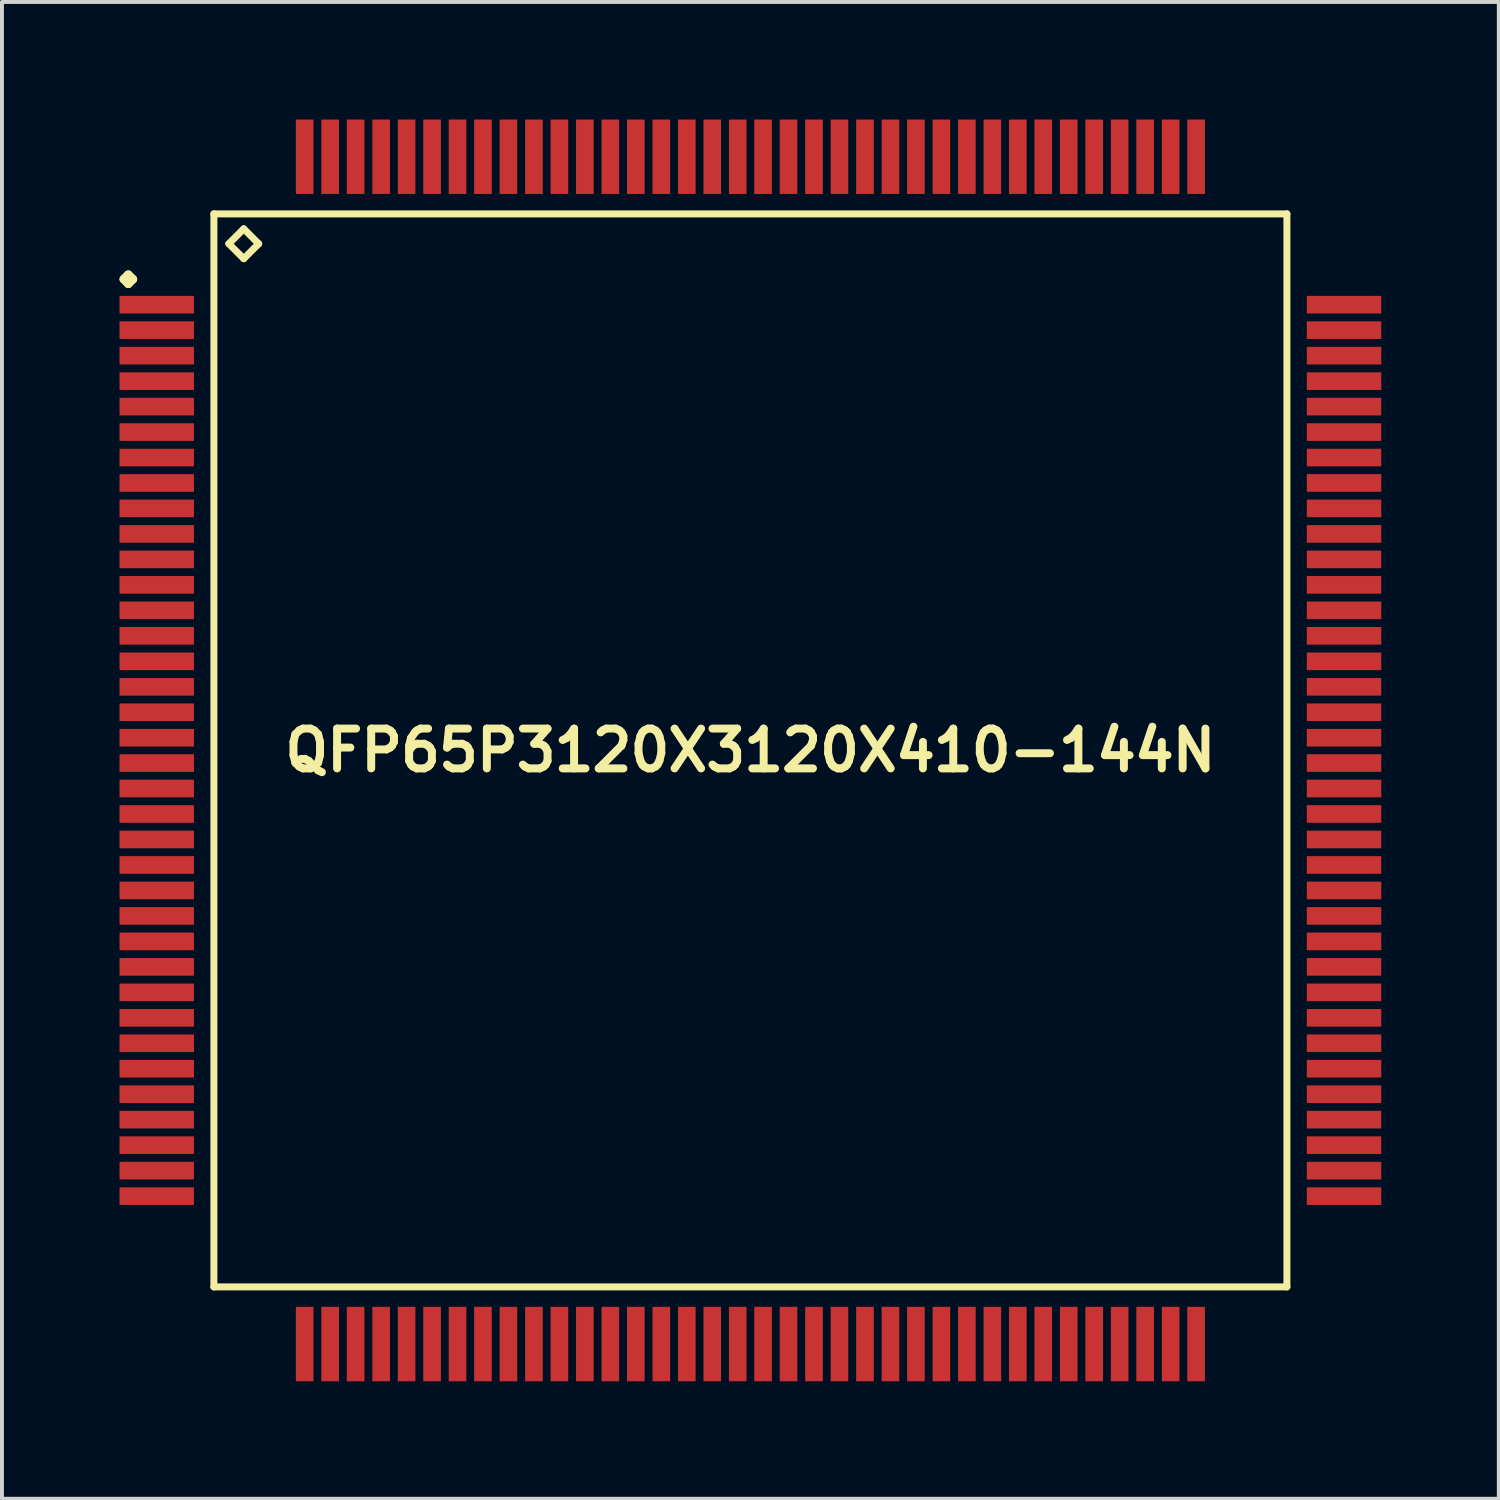
<source format=kicad_pcb>
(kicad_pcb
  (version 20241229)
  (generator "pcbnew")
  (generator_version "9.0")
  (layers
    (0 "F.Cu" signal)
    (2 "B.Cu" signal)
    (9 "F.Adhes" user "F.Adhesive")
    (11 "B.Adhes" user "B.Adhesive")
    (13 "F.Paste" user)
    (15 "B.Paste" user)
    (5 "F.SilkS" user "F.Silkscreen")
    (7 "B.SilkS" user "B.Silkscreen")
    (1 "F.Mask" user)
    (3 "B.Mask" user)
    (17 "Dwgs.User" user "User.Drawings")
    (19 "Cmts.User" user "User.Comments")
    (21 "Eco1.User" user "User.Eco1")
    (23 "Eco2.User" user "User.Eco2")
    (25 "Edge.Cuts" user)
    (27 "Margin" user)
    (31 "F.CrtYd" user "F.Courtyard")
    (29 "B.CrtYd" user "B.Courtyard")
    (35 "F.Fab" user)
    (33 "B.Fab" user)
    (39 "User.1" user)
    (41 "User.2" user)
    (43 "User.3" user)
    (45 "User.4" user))
  (footprint "QFP65P3120X3120X410-144N"
    (layer "F.Cu")
    (at 16.099 16.099)
    (property "Reference" "QFP65P3120X3120X410-144N" (at 0 0 0) (layer "F.SilkS") (effects (font (size 1.016 1.016) (thickness 0.203))))
    (attr smd)
    (fp_line (start -15.987 -12.024) (end -15.875 -12.136) (stroke (width 0.224) (type solid)) (layer "F.SilkS"))
    (fp_line (start -15.875 -12.136) (end -15.761 -12.024) (stroke (width 0.224) (type solid)) (layer "F.SilkS"))
    (fp_line (start -15.875 -11.91) (end -15.987 -12.024) (stroke (width 0.224) (type solid)) (layer "F.SilkS"))
    (fp_line (start -15.761 -12.024) (end -15.875 -11.91) (stroke (width 0.224) (type solid)) (layer "F.SilkS"))
    (fp_line (start -13.691 -13.691) (end -13.691 13.691) (stroke (width 0.178) (type solid)) (layer "F.SilkS"))
    (fp_line (start -13.691 13.691) (end 13.691 13.691) (stroke (width 0.178) (type solid)) (layer "F.SilkS"))
    (fp_line (start -13.31 -12.929) (end -12.929 -13.31) (stroke (width 0.178) (type solid)) (layer "F.SilkS"))
    (fp_line (start -12.929 -13.31) (end -12.548 -12.929) (stroke (width 0.178) (type solid)) (layer "F.SilkS"))
    (fp_line (start -12.929 -12.548) (end -13.31 -12.929) (stroke (width 0.178) (type solid)) (layer "F.SilkS"))
    (fp_line (start -12.548 -12.929) (end -12.929 -12.548) (stroke (width 0.178) (type solid)) (layer "F.SilkS"))
    (fp_line (start 13.691 -13.691) (end -13.691 -13.691) (stroke (width 0.178) (type solid)) (layer "F.SilkS"))
    (fp_line (start 13.691 13.691) (end 13.691 -13.691) (stroke (width 0.178) (type solid)) (layer "F.SilkS"))
    (pad "1" smd rect (at -15.149 -11.374) (size 1.9 0.45) (layers "F.Cu" "F.Mask" "F.Paste"))
    (pad "2" smd rect (at -15.149 -10.724) (size 1.9 0.45) (layers "F.Cu" "F.Mask" "F.Paste"))
    (pad "3" smd rect (at -15.149 -10.074) (size 1.9 0.45) (layers "F.Cu" "F.Mask" "F.Paste"))
    (pad "4" smd rect (at -15.149 -9.423) (size 1.9 0.45) (layers "F.Cu" "F.Mask" "F.Paste"))
    (pad "5" smd rect (at -15.149 -8.773) (size 1.9 0.45) (layers "F.Cu" "F.Mask" "F.Paste"))
    (pad "6" smd rect (at -15.149 -8.123) (size 1.9 0.45) (layers "F.Cu" "F.Mask" "F.Paste"))
    (pad "7" smd rect (at -15.149 -7.473) (size 1.9 0.45) (layers "F.Cu" "F.Mask" "F.Paste"))
    (pad "8" smd rect (at -15.149 -6.825) (size 1.9 0.45) (layers "F.Cu" "F.Mask" "F.Paste"))
    (pad "9" smd rect (at -15.149 -6.175) (size 1.9 0.45) (layers "F.Cu" "F.Mask" "F.Paste"))
    (pad "10" smd rect (at -15.149 -5.524) (size 1.9 0.45) (layers "F.Cu" "F.Mask" "F.Paste"))
    (pad "11" smd rect (at -15.149 -4.874) (size 1.9 0.45) (layers "F.Cu" "F.Mask" "F.Paste"))
    (pad "12" smd rect (at -15.149 -4.224) (size 1.9 0.45) (layers "F.Cu" "F.Mask" "F.Paste"))
    (pad "13" smd rect (at -15.149 -3.574) (size 1.9 0.45) (layers "F.Cu" "F.Mask" "F.Paste"))
    (pad "14" smd rect (at -15.149 -2.924) (size 1.9 0.45) (layers "F.Cu" "F.Mask" "F.Paste"))
    (pad "15" smd rect (at -15.149 -2.273) (size 1.9 0.45) (layers "F.Cu" "F.Mask" "F.Paste"))
    (pad "16" smd rect (at -15.149 -1.623) (size 1.9 0.45) (layers "F.Cu" "F.Mask" "F.Paste"))
    (pad "17" smd rect (at -15.149 -0.973) (size 1.9 0.45) (layers "F.Cu" "F.Mask" "F.Paste"))
    (pad "18" smd rect (at -15.149 -0.323) (size 1.9 0.45) (layers "F.Cu" "F.Mask" "F.Paste"))
    (pad "19" smd rect (at -15.149 0.323) (size 1.9 0.45) (layers "F.Cu" "F.Mask" "F.Paste"))
    (pad "20" smd rect (at -15.149 0.973) (size 1.9 0.45) (layers "F.Cu" "F.Mask" "F.Paste"))
    (pad "21" smd rect (at -15.149 1.623) (size 1.9 0.45) (layers "F.Cu" "F.Mask" "F.Paste"))
    (pad "22" smd rect (at -15.149 2.273) (size 1.9 0.45) (layers "F.Cu" "F.Mask" "F.Paste"))
    (pad "23" smd rect (at -15.149 2.924) (size 1.9 0.45) (layers "F.Cu" "F.Mask" "F.Paste"))
    (pad "24" smd rect (at -15.149 3.574) (size 1.9 0.45) (layers "F.Cu" "F.Mask" "F.Paste"))
    (pad "25" smd rect (at -15.149 4.224) (size 1.9 0.45) (layers "F.Cu" "F.Mask" "F.Paste"))
    (pad "26" smd rect (at -15.149 4.874) (size 1.9 0.45) (layers "F.Cu" "F.Mask" "F.Paste"))
    (pad "27" smd rect (at -15.149 5.524) (size 1.9 0.45) (layers "F.Cu" "F.Mask" "F.Paste"))
    (pad "28" smd rect (at -15.149 6.175) (size 1.9 0.45) (layers "F.Cu" "F.Mask" "F.Paste"))
    (pad "29" smd rect (at -15.149 6.825) (size 1.9 0.45) (layers "F.Cu" "F.Mask" "F.Paste"))
    (pad "30" smd rect (at -15.149 7.473) (size 1.9 0.45) (layers "F.Cu" "F.Mask" "F.Paste"))
    (pad "31" smd rect (at -15.149 8.123) (size 1.9 0.45) (layers "F.Cu" "F.Mask" "F.Paste"))
    (pad "32" smd rect (at -15.149 8.773) (size 1.9 0.45) (layers "F.Cu" "F.Mask" "F.Paste"))
    (pad "33" smd rect (at -15.149 9.423) (size 1.9 0.45) (layers "F.Cu" "F.Mask" "F.Paste"))
    (pad "34" smd rect (at -15.149 10.074) (size 1.9 0.45) (layers "F.Cu" "F.Mask" "F.Paste"))
    (pad "35" smd rect (at -15.149 10.724) (size 1.9 0.45) (layers "F.Cu" "F.Mask" "F.Paste"))
    (pad "36" smd rect (at -15.149 11.374) (size 1.9 0.45) (layers "F.Cu" "F.Mask" "F.Paste"))
    (pad "37" smd rect (at -11.374 15.149) (size 0.45 1.9) (layers "F.Cu" "F.Mask" "F.Paste"))
    (pad "38" smd rect (at -10.724 15.149) (size 0.45 1.9) (layers "F.Cu" "F.Mask" "F.Paste"))
    (pad "39" smd rect (at -10.074 15.149) (size 0.45 1.9) (layers "F.Cu" "F.Mask" "F.Paste"))
    (pad "40" smd rect (at -9.423 15.149) (size 0.45 1.9) (layers "F.Cu" "F.Mask" "F.Paste"))
    (pad "41" smd rect (at -8.773 15.149) (size 0.45 1.9) (layers "F.Cu" "F.Mask" "F.Paste"))
    (pad "42" smd rect (at -8.123 15.149) (size 0.45 1.9) (layers "F.Cu" "F.Mask" "F.Paste"))
    (pad "43" smd rect (at -7.473 15.149) (size 0.45 1.9) (layers "F.Cu" "F.Mask" "F.Paste"))
    (pad "44" smd rect (at -6.825 15.149) (size 0.45 1.9) (layers "F.Cu" "F.Mask" "F.Paste"))
    (pad "45" smd rect (at -6.175 15.149) (size 0.45 1.9) (layers "F.Cu" "F.Mask" "F.Paste"))
    (pad "46" smd rect (at -5.524 15.149) (size 0.45 1.9) (layers "F.Cu" "F.Mask" "F.Paste"))
    (pad "47" smd rect (at -4.874 15.149) (size 0.45 1.9) (layers "F.Cu" "F.Mask" "F.Paste"))
    (pad "48" smd rect (at -4.224 15.149) (size 0.45 1.9) (layers "F.Cu" "F.Mask" "F.Paste"))
    (pad "49" smd rect (at -3.574 15.149) (size 0.45 1.9) (layers "F.Cu" "F.Mask" "F.Paste"))
    (pad "50" smd rect (at -2.924 15.149) (size 0.45 1.9) (layers "F.Cu" "F.Mask" "F.Paste"))
    (pad "51" smd rect (at -2.273 15.149) (size 0.45 1.9) (layers "F.Cu" "F.Mask" "F.Paste"))
    (pad "52" smd rect (at -1.623 15.149) (size 0.45 1.9) (layers "F.Cu" "F.Mask" "F.Paste"))
    (pad "53" smd rect (at -0.973 15.149) (size 0.45 1.9) (layers "F.Cu" "F.Mask" "F.Paste"))
    (pad "54" smd rect (at -0.323 15.149) (size 0.45 1.9) (layers "F.Cu" "F.Mask" "F.Paste"))
    (pad "55" smd rect (at 0.323 15.149) (size 0.45 1.9) (layers "F.Cu" "F.Mask" "F.Paste"))
    (pad "56" smd rect (at 0.973 15.149) (size 0.45 1.9) (layers "F.Cu" "F.Mask" "F.Paste"))
    (pad "57" smd rect (at 1.623 15.149) (size 0.45 1.9) (layers "F.Cu" "F.Mask" "F.Paste"))
    (pad "58" smd rect (at 2.273 15.149) (size 0.45 1.9) (layers "F.Cu" "F.Mask" "F.Paste"))
    (pad "59" smd rect (at 2.924 15.149) (size 0.45 1.9) (layers "F.Cu" "F.Mask" "F.Paste"))
    (pad "60" smd rect (at 3.574 15.149) (size 0.45 1.9) (layers "F.Cu" "F.Mask" "F.Paste"))
    (pad "61" smd rect (at 4.224 15.149) (size 0.45 1.9) (layers "F.Cu" "F.Mask" "F.Paste"))
    (pad "62" smd rect (at 4.874 15.149) (size 0.45 1.9) (layers "F.Cu" "F.Mask" "F.Paste"))
    (pad "63" smd rect (at 5.524 15.149) (size 0.45 1.9) (layers "F.Cu" "F.Mask" "F.Paste"))
    (pad "64" smd rect (at 6.175 15.149) (size 0.45 1.9) (layers "F.Cu" "F.Mask" "F.Paste"))
    (pad "65" smd rect (at 6.825 15.149) (size 0.45 1.9) (layers "F.Cu" "F.Mask" "F.Paste"))
    (pad "66" smd rect (at 7.473 15.149) (size 0.45 1.9) (layers "F.Cu" "F.Mask" "F.Paste"))
    (pad "67" smd rect (at 8.123 15.149) (size 0.45 1.9) (layers "F.Cu" "F.Mask" "F.Paste"))
    (pad "68" smd rect (at 8.773 15.149) (size 0.45 1.9) (layers "F.Cu" "F.Mask" "F.Paste"))
    (pad "69" smd rect (at 9.423 15.149) (size 0.45 1.9) (layers "F.Cu" "F.Mask" "F.Paste"))
    (pad "70" smd rect (at 10.074 15.149) (size 0.45 1.9) (layers "F.Cu" "F.Mask" "F.Paste"))
    (pad "71" smd rect (at 10.724 15.149) (size 0.45 1.9) (layers "F.Cu" "F.Mask" "F.Paste"))
    (pad "72" smd rect (at 11.374 15.149) (size 0.45 1.9) (layers "F.Cu" "F.Mask" "F.Paste"))
    (pad "73" smd rect (at 15.149 11.374) (size 1.9 0.45) (layers "F.Cu" "F.Mask" "F.Paste"))
    (pad "74" smd rect (at 15.149 10.724) (size 1.9 0.45) (layers "F.Cu" "F.Mask" "F.Paste"))
    (pad "75" smd rect (at 15.149 10.074) (size 1.9 0.45) (layers "F.Cu" "F.Mask" "F.Paste"))
    (pad "76" smd rect (at 15.149 9.423) (size 1.9 0.45) (layers "F.Cu" "F.Mask" "F.Paste"))
    (pad "77" smd rect (at 15.149 8.773) (size 1.9 0.45) (layers "F.Cu" "F.Mask" "F.Paste"))
    (pad "78" smd rect (at 15.149 8.123) (size 1.9 0.45) (layers "F.Cu" "F.Mask" "F.Paste"))
    (pad "79" smd rect (at 15.149 7.473) (size 1.9 0.45) (layers "F.Cu" "F.Mask" "F.Paste"))
    (pad "80" smd rect (at 15.149 6.825) (size 1.9 0.45) (layers "F.Cu" "F.Mask" "F.Paste"))
    (pad "81" smd rect (at 15.149 6.175) (size 1.9 0.45) (layers "F.Cu" "F.Mask" "F.Paste"))
    (pad "82" smd rect (at 15.149 5.524) (size 1.9 0.45) (layers "F.Cu" "F.Mask" "F.Paste"))
    (pad "83" smd rect (at 15.149 4.874) (size 1.9 0.45) (layers "F.Cu" "F.Mask" "F.Paste"))
    (pad "84" smd rect (at 15.149 4.224) (size 1.9 0.45) (layers "F.Cu" "F.Mask" "F.Paste"))
    (pad "85" smd rect (at 15.149 3.574) (size 1.9 0.45) (layers "F.Cu" "F.Mask" "F.Paste"))
    (pad "86" smd rect (at 15.149 2.924) (size 1.9 0.45) (layers "F.Cu" "F.Mask" "F.Paste"))
    (pad "87" smd rect (at 15.149 2.273) (size 1.9 0.45) (layers "F.Cu" "F.Mask" "F.Paste"))
    (pad "88" smd rect (at 15.149 1.623) (size 1.9 0.45) (layers "F.Cu" "F.Mask" "F.Paste"))
    (pad "89" smd rect (at 15.149 0.973) (size 1.9 0.45) (layers "F.Cu" "F.Mask" "F.Paste"))
    (pad "90" smd rect (at 15.149 0.323) (size 1.9 0.45) (layers "F.Cu" "F.Mask" "F.Paste"))
    (pad "91" smd rect (at 15.149 -0.323) (size 1.9 0.45) (layers "F.Cu" "F.Mask" "F.Paste"))
    (pad "92" smd rect (at 15.149 -0.973) (size 1.9 0.45) (layers "F.Cu" "F.Mask" "F.Paste"))
    (pad "93" smd rect (at 15.149 -1.623) (size 1.9 0.45) (layers "F.Cu" "F.Mask" "F.Paste"))
    (pad "94" smd rect (at 15.149 -2.273) (size 1.9 0.45) (layers "F.Cu" "F.Mask" "F.Paste"))
    (pad "95" smd rect (at 15.149 -2.924) (size 1.9 0.45) (layers "F.Cu" "F.Mask" "F.Paste"))
    (pad "96" smd rect (at 15.149 -3.574) (size 1.9 0.45) (layers "F.Cu" "F.Mask" "F.Paste"))
    (pad "97" smd rect (at 15.149 -4.224) (size 1.9 0.45) (layers "F.Cu" "F.Mask" "F.Paste"))
    (pad "98" smd rect (at 15.149 -4.874) (size 1.9 0.45) (layers "F.Cu" "F.Mask" "F.Paste"))
    (pad "99" smd rect (at 15.149 -5.524) (size 1.9 0.45) (layers "F.Cu" "F.Mask" "F.Paste"))
    (pad "100" smd rect (at 15.149 -6.175) (size 1.9 0.45) (layers "F.Cu" "F.Mask" "F.Paste"))
    (pad "101" smd rect (at 15.149 -6.825) (size 1.9 0.45) (layers "F.Cu" "F.Mask" "F.Paste"))
    (pad "102" smd rect (at 15.149 -7.473) (size 1.9 0.45) (layers "F.Cu" "F.Mask" "F.Paste"))
    (pad "103" smd rect (at 15.149 -8.123) (size 1.9 0.45) (layers "F.Cu" "F.Mask" "F.Paste"))
    (pad "104" smd rect (at 15.149 -8.773) (size 1.9 0.45) (layers "F.Cu" "F.Mask" "F.Paste"))
    (pad "105" smd rect (at 15.149 -9.423) (size 1.9 0.45) (layers "F.Cu" "F.Mask" "F.Paste"))
    (pad "106" smd rect (at 15.149 -10.074) (size 1.9 0.45) (layers "F.Cu" "F.Mask" "F.Paste"))
    (pad "107" smd rect (at 15.149 -10.724) (size 1.9 0.45) (layers "F.Cu" "F.Mask" "F.Paste"))
    (pad "108" smd rect (at 15.149 -11.374) (size 1.9 0.45) (layers "F.Cu" "F.Mask" "F.Paste"))
    (pad "109" smd rect (at 11.374 -15.149) (size 0.45 1.9) (layers "F.Cu" "F.Mask" "F.Paste"))
    (pad "110" smd rect (at 10.724 -15.149) (size 0.45 1.9) (layers "F.Cu" "F.Mask" "F.Paste"))
    (pad "111" smd rect (at 10.074 -15.149) (size 0.45 1.9) (layers "F.Cu" "F.Mask" "F.Paste"))
    (pad "112" smd rect (at 9.423 -15.149) (size 0.45 1.9) (layers "F.Cu" "F.Mask" "F.Paste"))
    (pad "113" smd rect (at 8.773 -15.149) (size 0.45 1.9) (layers "F.Cu" "F.Mask" "F.Paste"))
    (pad "114" smd rect (at 8.123 -15.149) (size 0.45 1.9) (layers "F.Cu" "F.Mask" "F.Paste"))
    (pad "115" smd rect (at 7.473 -15.149) (size 0.45 1.9) (layers "F.Cu" "F.Mask" "F.Paste"))
    (pad "116" smd rect (at 6.825 -15.149) (size 0.45 1.9) (layers "F.Cu" "F.Mask" "F.Paste"))
    (pad "117" smd rect (at 6.175 -15.149) (size 0.45 1.9) (layers "F.Cu" "F.Mask" "F.Paste"))
    (pad "118" smd rect (at 5.524 -15.149) (size 0.45 1.9) (layers "F.Cu" "F.Mask" "F.Paste"))
    (pad "119" smd rect (at 4.874 -15.149) (size 0.45 1.9) (layers "F.Cu" "F.Mask" "F.Paste"))
    (pad "120" smd rect (at 4.224 -15.149) (size 0.45 1.9) (layers "F.Cu" "F.Mask" "F.Paste"))
    (pad "121" smd rect (at 3.574 -15.149) (size 0.45 1.9) (layers "F.Cu" "F.Mask" "F.Paste"))
    (pad "122" smd rect (at 2.924 -15.149) (size 0.45 1.9) (layers "F.Cu" "F.Mask" "F.Paste"))
    (pad "123" smd rect (at 2.273 -15.149) (size 0.45 1.9) (layers "F.Cu" "F.Mask" "F.Paste"))
    (pad "124" smd rect (at 1.623 -15.149) (size 0.45 1.9) (layers "F.Cu" "F.Mask" "F.Paste"))
    (pad "125" smd rect (at 0.973 -15.149) (size 0.45 1.9) (layers "F.Cu" "F.Mask" "F.Paste"))
    (pad "126" smd rect (at 0.323 -15.149) (size 0.45 1.9) (layers "F.Cu" "F.Mask" "F.Paste"))
    (pad "127" smd rect (at -0.323 -15.149) (size 0.45 1.9) (layers "F.Cu" "F.Mask" "F.Paste"))
    (pad "128" smd rect (at -0.973 -15.149) (size 0.45 1.9) (layers "F.Cu" "F.Mask" "F.Paste"))
    (pad "129" smd rect (at -1.623 -15.149) (size 0.45 1.9) (layers "F.Cu" "F.Mask" "F.Paste"))
    (pad "130" smd rect (at -2.273 -15.149) (size 0.45 1.9) (layers "F.Cu" "F.Mask" "F.Paste"))
    (pad "131" smd rect (at -2.924 -15.149) (size 0.45 1.9) (layers "F.Cu" "F.Mask" "F.Paste"))
    (pad "132" smd rect (at -3.574 -15.149) (size 0.45 1.9) (layers "F.Cu" "F.Mask" "F.Paste"))
    (pad "133" smd rect (at -4.224 -15.149) (size 0.45 1.9) (layers "F.Cu" "F.Mask" "F.Paste"))
    (pad "134" smd rect (at -4.874 -15.149) (size 0.45 1.9) (layers "F.Cu" "F.Mask" "F.Paste"))
    (pad "135" smd rect (at -5.524 -15.149) (size 0.45 1.9) (layers "F.Cu" "F.Mask" "F.Paste"))
    (pad "136" smd rect (at -6.175 -15.149) (size 0.45 1.9) (layers "F.Cu" "F.Mask" "F.Paste"))
    (pad "137" smd rect (at -6.825 -15.149) (size 0.45 1.9) (layers "F.Cu" "F.Mask" "F.Paste"))
    (pad "138" smd rect (at -7.473 -15.149) (size 0.45 1.9) (layers "F.Cu" "F.Mask" "F.Paste"))
    (pad "139" smd rect (at -8.123 -15.149) (size 0.45 1.9) (layers "F.Cu" "F.Mask" "F.Paste"))
    (pad "140" smd rect (at -8.773 -15.149) (size 0.45 1.9) (layers "F.Cu" "F.Mask" "F.Paste"))
    (pad "141" smd rect (at -9.423 -15.149) (size 0.45 1.9) (layers "F.Cu" "F.Mask" "F.Paste"))
    (pad "142" smd rect (at -10.074 -15.149) (size 0.45 1.9) (layers "F.Cu" "F.Mask" "F.Paste"))
    (pad "143" smd rect (at -10.724 -15.149) (size 0.45 1.9) (layers "F.Cu" "F.Mask" "F.Paste"))
    (pad "144" smd rect (at -11.374 -15.149) (size 0.45 1.9) (layers "F.Cu" "F.Mask" "F.Paste")))
  (gr_rect
    (start -3 -3)
    (end 35.197 35.197)
    (stroke (width 0.1) (type default))
    (fill no)
    (layer "Edge.Cuts")))
</source>
